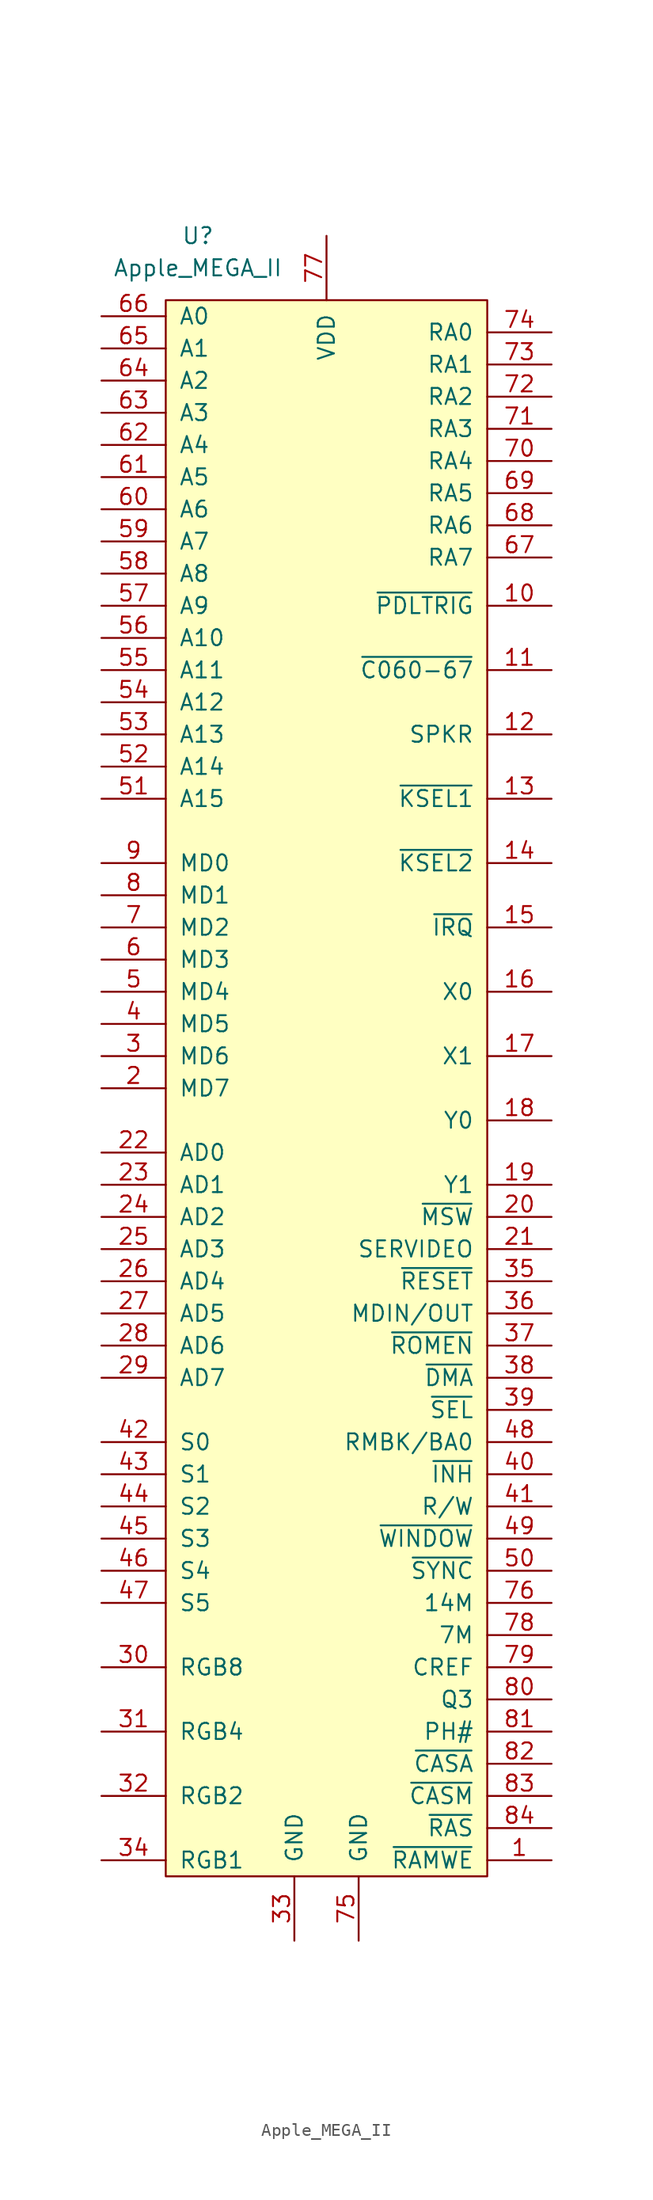
<source format=kicad_sym>
(kicad_symbol_lib
  (version 20220914)
  (generator kicad_symbol_editor)
  (symbol "Apple_MEGA_II"
    (pin_names
      (offset 1.016))
    (property "Reference" "U"
      (at -10.16 67.31 0)
      (effects (font (size 1.27 1.27))))
    (property "Value" "Apple_MEGA_II"
      (at -10.16 64.77 0)
      (effects (font (size 1.27 1.27))))
    (symbol "Apple_MEGA_II_0_1"
      (rectangle (start -12.7 62.23) (end 12.7 -62.23) (stroke (width 0) (type solid)) (fill (type background))))
    (symbol "Apple_MEGA_II_1_1"
      (pin output line (at 17.78 -60.96 180) (length 5.08) (name "~{RAMWE}" (effects (font (size 1.27 1.27)))) (number "1" (effects (font (size 1.27 1.27)))))
      (pin output line (at 17.78 38.1 180) (length 5.08) (name "~{PDLTRIG}" (effects (font (size 1.27 1.27)))) (number "10" (effects (font (size 1.27 1.27)))))
      (pin output line (at 17.78 33.02 180) (length 5.08) (name "~{C060-67}" (effects (font (size 1.27 1.27)))) (number "11" (effects (font (size 1.27 1.27)))))
      (pin output line (at 17.78 27.94 180) (length 5.08) (name "SPKR" (effects (font (size 1.27 1.27)))) (number "12" (effects (font (size 1.27 1.27)))))
      (pin output line (at 17.78 22.86 180) (length 5.08) (name "~{KSEL1}" (effects (font (size 1.27 1.27)))) (number "13" (effects (font (size 1.27 1.27)))))
      (pin output line (at 17.78 17.78 180) (length 5.08) (name "~{KSEL2}" (effects (font (size 1.27 1.27)))) (number "14" (effects (font (size 1.27 1.27)))))
      (pin input line (at 17.78 12.7 180) (length 5.08) (name "~{IRQ}" (effects (font (size 1.27 1.27)))) (number "15" (effects (font (size 1.27 1.27)))))
      (pin passive line (at 17.78 7.62 180) (length 5.08) (name "X0" (effects (font (size 1.27 1.27)))) (number "16" (effects (font (size 1.27 1.27)))))
      (pin passive line (at 17.78 2.54 180) (length 5.08) (name "X1" (effects (font (size 1.27 1.27)))) (number "17" (effects (font (size 1.27 1.27)))))
      (pin passive line (at 17.78 -2.54 180) (length 5.08) (name "Y0" (effects (font (size 1.27 1.27)))) (number "18" (effects (font (size 1.27 1.27)))))
      (pin passive line (at 17.78 -7.62 180) (length 5.08) (name "Y1" (effects (font (size 1.27 1.27)))) (number "19" (effects (font (size 1.27 1.27)))))
      (pin bidirectional line (at -17.78 0 0) (length 5.08) (name "MD7" (effects (font (size 1.27 1.27)))) (number "2" (effects (font (size 1.27 1.27)))))
      (pin input line (at 17.78 -10.16 180) (length 5.08) (name "~{MSW}" (effects (font (size 1.27 1.27)))) (number "20" (effects (font (size 1.27 1.27)))))
      (pin output line (at 17.78 -12.7 180) (length 5.08) (name "SERVIDEO" (effects (font (size 1.27 1.27)))) (number "21" (effects (font (size 1.27 1.27)))))
      (pin bidirectional line (at -17.78 -5.08 0) (length 5.08) (name "AD0" (effects (font (size 1.27 1.27)))) (number "22" (effects (font (size 1.27 1.27)))))
      (pin bidirectional line (at -17.78 -7.62 0) (length 5.08) (name "AD1" (effects (font (size 1.27 1.27)))) (number "23" (effects (font (size 1.27 1.27)))))
      (pin bidirectional line (at -17.78 -10.16 0) (length 5.08) (name "AD2" (effects (font (size 1.27 1.27)))) (number "24" (effects (font (size 1.27 1.27)))))
      (pin bidirectional line (at -17.78 -12.7 0) (length 5.08) (name "AD3" (effects (font (size 1.27 1.27)))) (number "25" (effects (font (size 1.27 1.27)))))
      (pin bidirectional line (at -17.78 -15.24 0) (length 5.08) (name "AD4" (effects (font (size 1.27 1.27)))) (number "26" (effects (font (size 1.27 1.27)))))
      (pin bidirectional line (at -17.78 -17.78 0) (length 5.08) (name "AD5" (effects (font (size 1.27 1.27)))) (number "27" (effects (font (size 1.27 1.27)))))
      (pin bidirectional line (at -17.78 -20.32 0) (length 5.08) (name "AD6" (effects (font (size 1.27 1.27)))) (number "28" (effects (font (size 1.27 1.27)))))
      (pin bidirectional line (at -17.78 -22.86 0) (length 5.08) (name "AD7" (effects (font (size 1.27 1.27)))) (number "29" (effects (font (size 1.27 1.27)))))
      (pin bidirectional line (at -17.78 2.54 0) (length 5.08) (name "MD6" (effects (font (size 1.27 1.27)))) (number "3" (effects (font (size 1.27 1.27)))))
      (pin output line (at -17.78 -45.72 0) (length 5.08) (name "RGB8" (effects (font (size 1.27 1.27)))) (number "30" (effects (font (size 1.27 1.27)))))
      (pin output line (at -17.78 -50.8 0) (length 5.08) (name "RGB4" (effects (font (size 1.27 1.27)))) (number "31" (effects (font (size 1.27 1.27)))))
      (pin output line (at -17.78 -55.88 0) (length 5.08) (name "RGB2" (effects (font (size 1.27 1.27)))) (number "32" (effects (font (size 1.27 1.27)))))
      (pin power_in line (at -2.54 -67.31 90) (length 5.08) (name "GND" (effects (font (size 1.27 1.27)))) (number "33" (effects (font (size 1.27 1.27)))))
      (pin output line (at -17.78 -60.96 0) (length 5.08) (name "RGB1" (effects (font (size 1.27 1.27)))) (number "34" (effects (font (size 1.27 1.27)))))
      (pin input line (at 17.78 -15.24 180) (length 5.08) (name "~{RESET}" (effects (font (size 1.27 1.27)))) (number "35" (effects (font (size 1.27 1.27)))))
      (pin output line (at 17.78 -17.78 180) (length 5.08) (name "MDIN/OUT" (effects (font (size 1.27 1.27)))) (number "36" (effects (font (size 1.27 1.27)))))
      (pin output line (at 17.78 -20.32 180) (length 5.08) (name "~{ROMEN}" (effects (font (size 1.27 1.27)))) (number "37" (effects (font (size 1.27 1.27)))))
      (pin input line (at 17.78 -22.86 180) (length 5.08) (name "~{DMA}" (effects (font (size 1.27 1.27)))) (number "38" (effects (font (size 1.27 1.27)))))
      (pin input line (at 17.78 -25.4 180) (length 5.08) (name "~{SEL}" (effects (font (size 1.27 1.27)))) (number "39" (effects (font (size 1.27 1.27)))))
      (pin bidirectional line (at -17.78 5.08 0) (length 5.08) (name "MD5" (effects (font (size 1.27 1.27)))) (number "4" (effects (font (size 1.27 1.27)))))
      (pin input line (at 17.78 -30.48 180) (length 5.08) (name "~{INH}" (effects (font (size 1.27 1.27)))) (number "40" (effects (font (size 1.27 1.27)))))
      (pin input line (at 17.78 -33.02 180) (length 5.08) (name "R/W" (effects (font (size 1.27 1.27)))) (number "41" (effects (font (size 1.27 1.27)))))
      (pin output line (at -17.78 -27.94 0) (length 5.08) (name "S0" (effects (font (size 1.27 1.27)))) (number "42" (effects (font (size 1.27 1.27)))))
      (pin output line (at -17.78 -30.48 0) (length 5.08) (name "S1" (effects (font (size 1.27 1.27)))) (number "43" (effects (font (size 1.27 1.27)))))
      (pin output line (at -17.78 -33.02 0) (length 5.08) (name "S2" (effects (font (size 1.27 1.27)))) (number "44" (effects (font (size 1.27 1.27)))))
      (pin output line (at -17.78 -35.56 0) (length 5.08) (name "S3" (effects (font (size 1.27 1.27)))) (number "45" (effects (font (size 1.27 1.27)))))
      (pin output line (at -17.78 -38.1 0) (length 5.08) (name "S4" (effects (font (size 1.27 1.27)))) (number "46" (effects (font (size 1.27 1.27)))))
      (pin output line (at -17.78 -40.64 0) (length 5.08) (name "S5" (effects (font (size 1.27 1.27)))) (number "47" (effects (font (size 1.27 1.27)))))
      (pin output line (at 17.78 -27.94 180) (length 5.08) (name "RMBK/BA0" (effects (font (size 1.27 1.27)))) (number "48" (effects (font (size 1.27 1.27)))))
      (pin output line (at 17.78 -35.56 180) (length 5.08) (name "~{WINDOW}" (effects (font (size 1.27 1.27)))) (number "49" (effects (font (size 1.27 1.27)))))
      (pin bidirectional line (at -17.78 7.62 0) (length 5.08) (name "MD4" (effects (font (size 1.27 1.27)))) (number "5" (effects (font (size 1.27 1.27)))))
      (pin output line (at 17.78 -38.1 180) (length 5.08) (name "~{SYNC}" (effects (font (size 1.27 1.27)))) (number "50" (effects (font (size 1.27 1.27)))))
      (pin output line (at -17.78 22.86 0) (length 5.08) (name "A15" (effects (font (size 1.27 1.27)))) (number "51" (effects (font (size 1.27 1.27)))))
      (pin output line (at -17.78 25.4 0) (length 5.08) (name "A14" (effects (font (size 1.27 1.27)))) (number "52" (effects (font (size 1.27 1.27)))))
      (pin output line (at -17.78 27.94 0) (length 5.08) (name "A13" (effects (font (size 1.27 1.27)))) (number "53" (effects (font (size 1.27 1.27)))))
      (pin output line (at -17.78 30.48 0) (length 5.08) (name "A12" (effects (font (size 1.27 1.27)))) (number "54" (effects (font (size 1.27 1.27)))))
      (pin output line (at -17.78 33.02 0) (length 5.08) (name "A11" (effects (font (size 1.27 1.27)))) (number "55" (effects (font (size 1.27 1.27)))))
      (pin output line (at -17.78 35.56 0) (length 5.08) (name "A10" (effects (font (size 1.27 1.27)))) (number "56" (effects (font (size 1.27 1.27)))))
      (pin output line (at -17.78 38.1 0) (length 5.08) (name "A9" (effects (font (size 1.27 1.27)))) (number "57" (effects (font (size 1.27 1.27)))))
      (pin output line (at -17.78 40.64 0) (length 5.08) (name "A8" (effects (font (size 1.27 1.27)))) (number "58" (effects (font (size 1.27 1.27)))))
      (pin output line (at -17.78 43.18 0) (length 5.08) (name "A7" (effects (font (size 1.27 1.27)))) (number "59" (effects (font (size 1.27 1.27)))))
      (pin bidirectional line (at -17.78 10.16 0) (length 5.08) (name "MD3" (effects (font (size 1.27 1.27)))) (number "6" (effects (font (size 1.27 1.27)))))
      (pin output line (at -17.78 45.72 0) (length 5.08) (name "A6" (effects (font (size 1.27 1.27)))) (number "60" (effects (font (size 1.27 1.27)))))
      (pin output line (at -17.78 48.26 0) (length 5.08) (name "A5" (effects (font (size 1.27 1.27)))) (number "61" (effects (font (size 1.27 1.27)))))
      (pin output line (at -17.78 50.8 0) (length 5.08) (name "A4" (effects (font (size 1.27 1.27)))) (number "62" (effects (font (size 1.27 1.27)))))
      (pin output line (at -17.78 53.34 0) (length 5.08) (name "A3" (effects (font (size 1.27 1.27)))) (number "63" (effects (font (size 1.27 1.27)))))
      (pin output line (at -17.78 55.88 0) (length 5.08) (name "A2" (effects (font (size 1.27 1.27)))) (number "64" (effects (font (size 1.27 1.27)))))
      (pin output line (at -17.78 58.42 0) (length 5.08) (name "A1" (effects (font (size 1.27 1.27)))) (number "65" (effects (font (size 1.27 1.27)))))
      (pin output line (at -17.78 60.96 0) (length 5.08) (name "A0" (effects (font (size 1.27 1.27)))) (number "66" (effects (font (size 1.27 1.27)))))
      (pin output line (at 17.78 41.91 180) (length 5.08) (name "RA7" (effects (font (size 1.27 1.27)))) (number "67" (effects (font (size 1.27 1.27)))))
      (pin output line (at 17.78 44.45 180) (length 5.08) (name "RA6" (effects (font (size 1.27 1.27)))) (number "68" (effects (font (size 1.27 1.27)))))
      (pin output line (at 17.78 46.99 180) (length 5.08) (name "RA5" (effects (font (size 1.27 1.27)))) (number "69" (effects (font (size 1.27 1.27)))))
      (pin bidirectional line (at -17.78 12.7 0) (length 5.08) (name "MD2" (effects (font (size 1.27 1.27)))) (number "7" (effects (font (size 1.27 1.27)))))
      (pin output line (at 17.78 49.53 180) (length 5.08) (name "RA4" (effects (font (size 1.27 1.27)))) (number "70" (effects (font (size 1.27 1.27)))))
      (pin output line (at 17.78 52.07 180) (length 5.08) (name "RA3" (effects (font (size 1.27 1.27)))) (number "71" (effects (font (size 1.27 1.27)))))
      (pin output line (at 17.78 54.61 180) (length 5.08) (name "RA2" (effects (font (size 1.27 1.27)))) (number "72" (effects (font (size 1.27 1.27)))))
      (pin output line (at 17.78 57.15 180) (length 5.08) (name "RA1" (effects (font (size 1.27 1.27)))) (number "73" (effects (font (size 1.27 1.27)))))
      (pin output line (at 17.78 59.69 180) (length 5.08) (name "RA0" (effects (font (size 1.27 1.27)))) (number "74" (effects (font (size 1.27 1.27)))))
      (pin power_in line (at 2.54 -67.31 90) (length 5.08) (name "GND" (effects (font (size 1.27 1.27)))) (number "75" (effects (font (size 1.27 1.27)))))
      (pin input line (at 17.78 -40.64 180) (length 5.08) (name "14M" (effects (font (size 1.27 1.27)))) (number "76" (effects (font (size 1.27 1.27)))))
      (pin power_in line (at 0 67.31 270) (length 5.08) (name "VDD" (effects (font (size 1.27 1.27)))) (number "77" (effects (font (size 1.27 1.27)))))
      (pin output line (at 17.78 -43.18 180) (length 5.08) (name "7M" (effects (font (size 1.27 1.27)))) (number "78" (effects (font (size 1.27 1.27)))))
      (pin output line (at 17.78 -45.72 180) (length 5.08) (name "CREF" (effects (font (size 1.27 1.27)))) (number "79" (effects (font (size 1.27 1.27)))))
      (pin bidirectional line (at -17.78 15.24 0) (length 5.08) (name "MD1" (effects (font (size 1.27 1.27)))) (number "8" (effects (font (size 1.27 1.27)))))
      (pin output line (at 17.78 -48.26 180) (length 5.08) (name "Q3" (effects (font (size 1.27 1.27)))) (number "80" (effects (font (size 1.27 1.27)))))
      (pin output line (at 17.78 -50.8 180) (length 5.08) (name "PH#" (effects (font (size 1.27 1.27)))) (number "81" (effects (font (size 1.27 1.27)))))
      (pin output line (at 17.78 -53.34 180) (length 5.08) (name "~{CASA}" (effects (font (size 1.27 1.27)))) (number "82" (effects (font (size 1.27 1.27)))))
      (pin output line (at 17.78 -55.88 180) (length 5.08) (name "~{CASM}" (effects (font (size 1.27 1.27)))) (number "83" (effects (font (size 1.27 1.27)))))
      (pin output line (at 17.78 -58.42 180) (length 5.08) (name "~{RAS}" (effects (font (size 1.27 1.27)))) (number "84" (effects (font (size 1.27 1.27)))))
      (pin bidirectional line (at -17.78 17.78 0) (length 5.08) (name "MD0" (effects (font (size 1.27 1.27)))) (number "9" (effects (font (size 1.27 1.27))))))))
</source>
